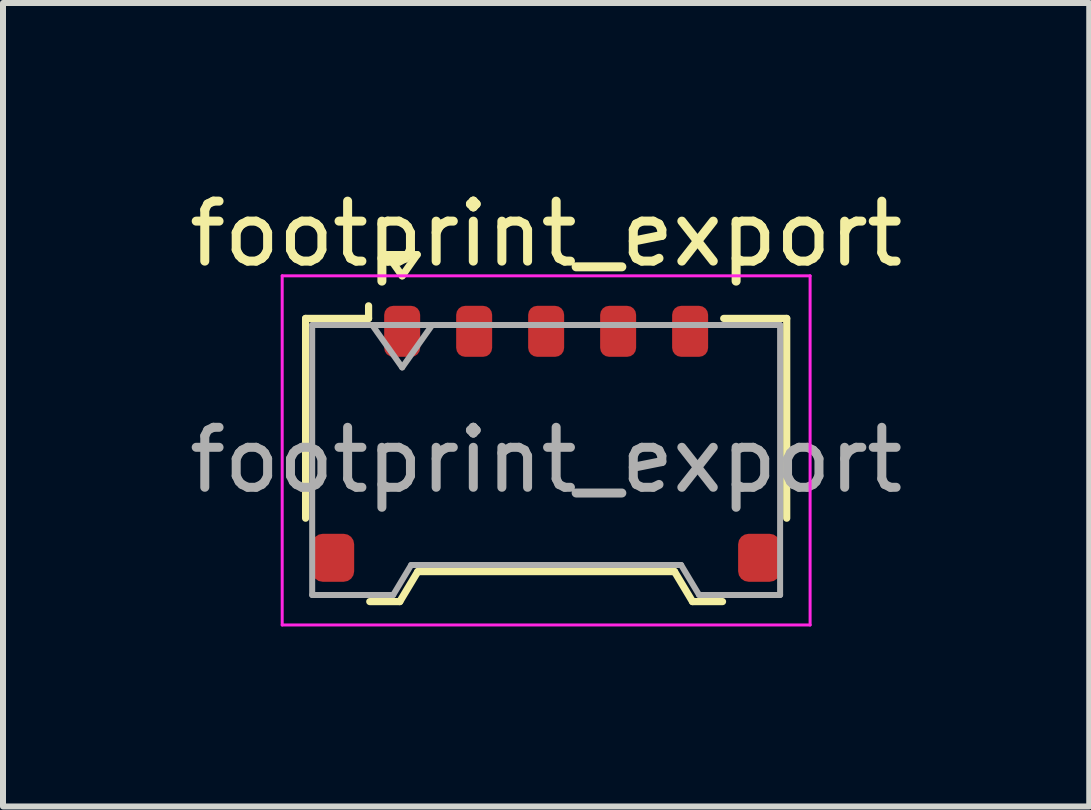
<source format=kicad_pcb>
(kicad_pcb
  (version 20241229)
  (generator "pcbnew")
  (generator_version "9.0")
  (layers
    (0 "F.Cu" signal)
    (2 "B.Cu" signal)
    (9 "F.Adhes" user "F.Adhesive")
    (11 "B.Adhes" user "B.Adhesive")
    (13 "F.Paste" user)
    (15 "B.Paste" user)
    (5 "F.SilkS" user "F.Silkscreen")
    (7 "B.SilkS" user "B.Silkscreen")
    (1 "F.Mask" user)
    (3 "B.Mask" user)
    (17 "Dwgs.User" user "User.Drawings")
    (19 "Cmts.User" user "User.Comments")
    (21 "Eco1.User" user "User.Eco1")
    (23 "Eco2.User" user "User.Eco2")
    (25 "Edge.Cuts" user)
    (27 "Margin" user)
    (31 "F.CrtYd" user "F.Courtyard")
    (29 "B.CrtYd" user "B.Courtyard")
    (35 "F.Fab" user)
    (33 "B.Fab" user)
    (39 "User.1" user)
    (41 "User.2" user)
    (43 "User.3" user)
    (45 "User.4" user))
  (footprint "footprint_export"
    (layer "F.Cu")
    (at 6.054 4.348)
    (property "Reference" "footprint_export" (at 0 -3.5 0) (layer "F.SilkS") (effects (font (size 1 1) (thickness 0.15))))
    (attr smd)
    (fp_line (start -4.01 -2.09) (end -2.96 -2.09) (stroke (width 0.12) (type solid)) (layer "F.SilkS"))
    (fp_line (start -4.01 1.24) (end -4.01 -2.09) (stroke (width 0.12) (type solid)) (layer "F.SilkS"))
    (fp_line (start -2.96 -2.09) (end -2.96 -2.3) (stroke (width 0.12) (type solid)) (layer "F.SilkS"))
    (fp_line (start -2.94 2.63) (end -2.44 2.63) (stroke (width 0.12) (type solid)) (layer "F.SilkS"))
    (fp_line (start -2.65 -3.154) (end -2.4 -2.8) (stroke (width 0.12) (type solid)) (layer "F.SilkS"))
    (fp_line (start -2.44 2.63) (end -2.14 2.13) (stroke (width 0.12) (type solid)) (layer "F.SilkS"))
    (fp_line (start -2.4 -2.8) (end -2.15 -3.154) (stroke (width 0.12) (type solid)) (layer "F.SilkS"))
    (fp_line (start -2.15 -3.154) (end -2.65 -3.154) (stroke (width 0.12) (type solid)) (layer "F.SilkS"))
    (fp_line (start -2.14 2.13) (end 2.14 2.13) (stroke (width 0.12) (type solid)) (layer "F.SilkS"))
    (fp_line (start 2.14 2.13) (end 2.44 2.63) (stroke (width 0.12) (type solid)) (layer "F.SilkS"))
    (fp_line (start 2.44 2.63) (end 2.94 2.63) (stroke (width 0.12) (type solid)) (layer "F.SilkS"))
    (fp_line (start 4.01 -2.09) (end 2.96 -2.09) (stroke (width 0.12) (type solid)) (layer "F.SilkS"))
    (fp_line (start 4.01 1.24) (end 4.01 -2.09) (stroke (width 0.12) (type solid)) (layer "F.SilkS"))
    (fp_line (start -4.4 -2.8) (end -4.4 3.02) (stroke (width 0.05) (type solid)) (layer "F.CrtYd"))
    (fp_line (start -4.4 3.02) (end 4.4 3.02) (stroke (width 0.05) (type solid)) (layer "F.CrtYd"))
    (fp_line (start 4.4 -2.8) (end -4.4 -2.8) (stroke (width 0.05) (type solid)) (layer "F.CrtYd"))
    (fp_line (start 4.4 3.02) (end 4.4 -2.8) (stroke (width 0.05) (type solid)) (layer "F.CrtYd"))
    (fp_line (start -3.9 -1.98) (end -3.9 2.52) (stroke (width 0.1) (type solid)) (layer "F.Fab"))
    (fp_line (start -3.9 -1.98) (end 3.9 -1.98) (stroke (width 0.1) (type solid)) (layer "F.Fab"))
    (fp_line (start -3.9 2.52) (end -2.55 2.52) (stroke (width 0.1) (type solid)) (layer "F.Fab"))
    (fp_line (start -2.9 -1.98) (end -2.4 -1.273) (stroke (width 0.1) (type solid)) (layer "F.Fab"))
    (fp_line (start -2.55 2.52) (end -2.25 2.02) (stroke (width 0.1) (type solid)) (layer "F.Fab"))
    (fp_line (start -2.4 -1.273) (end -1.9 -1.98) (stroke (width 0.1) (type solid)) (layer "F.Fab"))
    (fp_line (start -2.25 2.02) (end 2.25 2.02) (stroke (width 0.1) (type solid)) (layer "F.Fab"))
    (fp_line (start 2.25 2.02) (end 2.55 2.52) (stroke (width 0.1) (type solid)) (layer "F.Fab"))
    (fp_line (start 2.55 2.52) (end 3.9 2.52) (stroke (width 0.1) (type solid)) (layer "F.Fab"))
    (fp_line (start 3.9 -1.98) (end 3.9 2.52) (stroke (width 0.1) (type solid)) (layer "F.Fab"))
    (fp_text user "${REFERENCE}" (at 0 0.27 0) (layer "F.Fab") (effects (font (size 1 1) (thickness 0.15))))
    (pad "1" smd roundrect (at -2.4 -1.875) (size 0.6 0.85) (layers "F.Cu" "F.Mask" "F.Paste") (roundrect_rratio 0.25))
    (pad "2" smd roundrect (at -1.2 -1.875) (size 0.6 0.85) (layers "F.Cu" "F.Mask" "F.Paste") (roundrect_rratio 0.25))
    (pad "3" smd roundrect (at 0 -1.875) (size 0.6 0.85) (layers "F.Cu" "F.Mask" "F.Paste") (roundrect_rratio 0.25))
    (pad "4" smd roundrect (at 1.2 -1.875) (size 0.6 0.85) (layers "F.Cu" "F.Mask" "F.Paste") (roundrect_rratio 0.25))
    (pad "5" smd roundrect (at 2.4 -1.875) (size 0.6 0.85) (layers "F.Cu" "F.Mask" "F.Paste") (roundrect_rratio 0.25))
    (pad "MP" smd roundrect (at -3.55 1.9) (size 0.7 0.8) (layers "F.Cu" "F.Mask" "F.Paste") (roundrect_rratio 0.25))
    (pad "MP" smd roundrect (at 3.55 1.9) (size 0.7 0.8) (layers "F.Cu" "F.Mask" "F.Paste") (roundrect_rratio 0.25)))
  (gr_rect
    (start -3 -3)
    (end 15.107 10.393)
    (stroke (width 0.1) (type default))
    (fill no)
    (layer "Edge.Cuts")))
</source>
